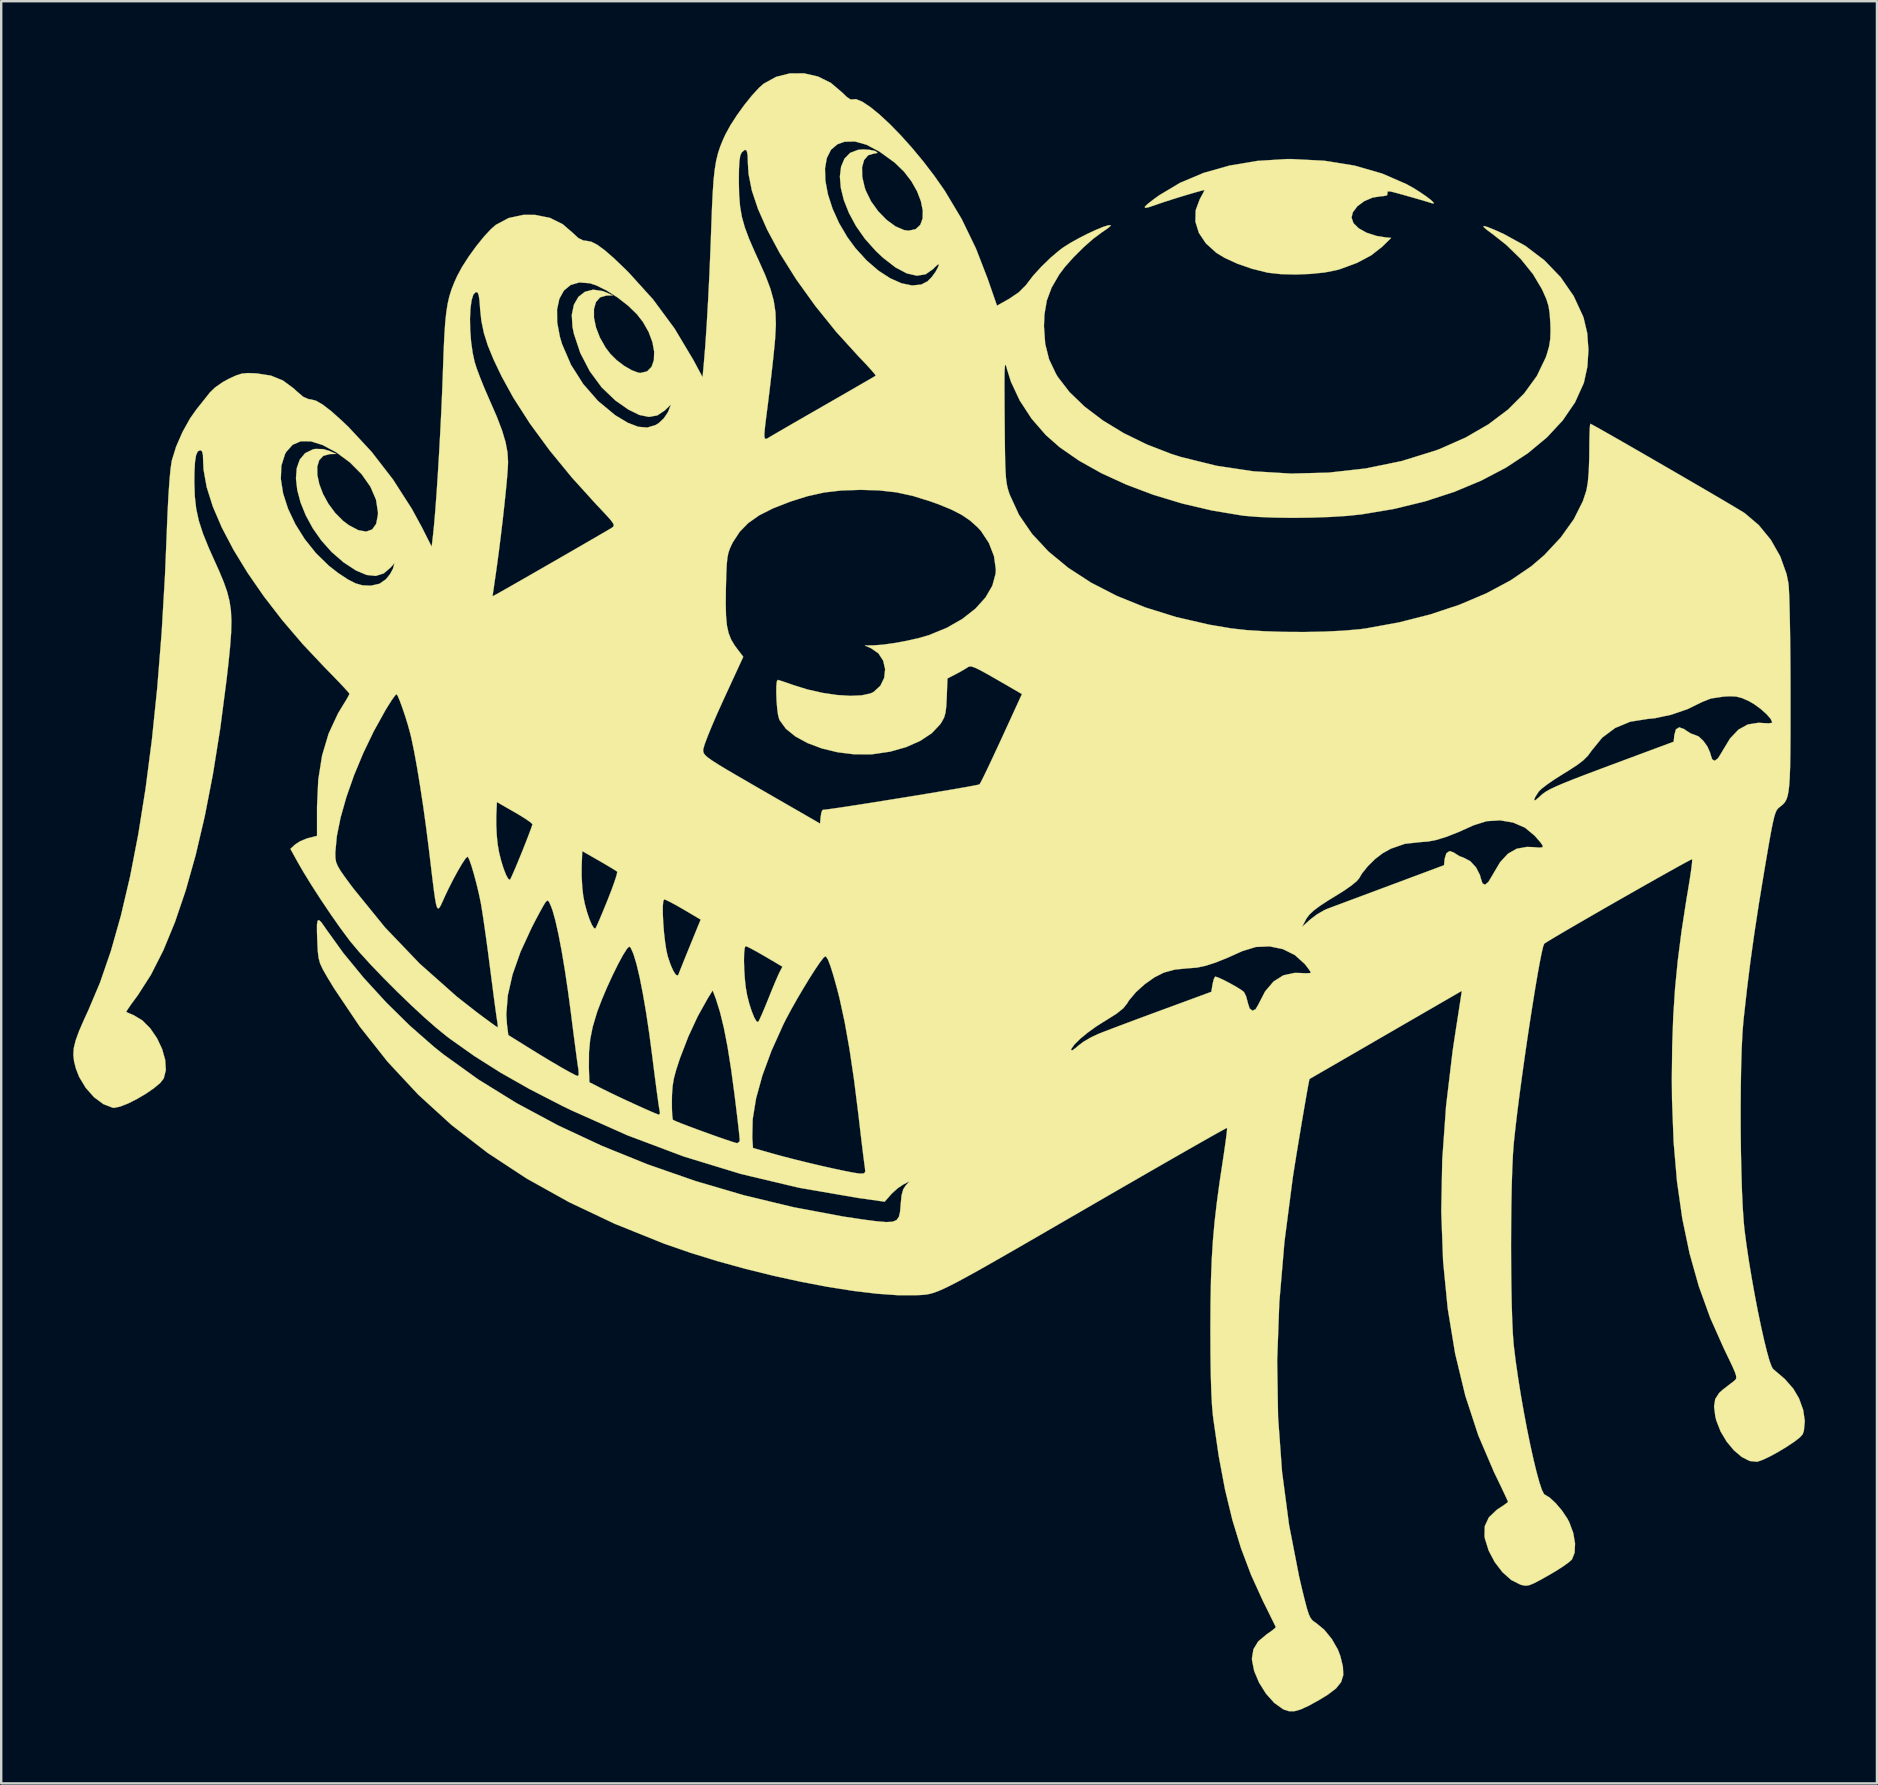
<source format=kicad_pcb>
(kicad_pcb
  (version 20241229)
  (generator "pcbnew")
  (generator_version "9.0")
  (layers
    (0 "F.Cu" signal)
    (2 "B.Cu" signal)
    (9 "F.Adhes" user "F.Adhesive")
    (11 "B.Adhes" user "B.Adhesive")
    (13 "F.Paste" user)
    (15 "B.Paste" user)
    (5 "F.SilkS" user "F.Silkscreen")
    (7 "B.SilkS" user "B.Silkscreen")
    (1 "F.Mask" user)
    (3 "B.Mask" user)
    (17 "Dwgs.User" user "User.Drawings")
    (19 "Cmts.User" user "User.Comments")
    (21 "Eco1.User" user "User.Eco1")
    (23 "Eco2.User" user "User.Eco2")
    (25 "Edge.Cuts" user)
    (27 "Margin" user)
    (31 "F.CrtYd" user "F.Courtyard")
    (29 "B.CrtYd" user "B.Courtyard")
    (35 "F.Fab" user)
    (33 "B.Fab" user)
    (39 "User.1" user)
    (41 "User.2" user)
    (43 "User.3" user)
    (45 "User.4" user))
  (footprint "perry-87mm"
    (layer "F.Cu")
    (at 35.979 33.653)
    (property "Reference" "perry-87mm" (at 0 0 0) (layer "F.SilkS") (effects (font (size 1.524 1.524) (thickness 0.3))))
    (attr through_hole)
    (fp_poly (pts (xy 16.138 -30.007) (xy 17.396 -29.805) (xy 18.554 -29.471) (xy 19.561 -29.032) (xy 19.839 -28.878) (xy 20.113 -28.707) (xy 20.36 -28.539) (xy 20.556 -28.391) (xy 20.677 -28.28) (xy 20.7 -28.225) (xy 20.616 -28.238) (xy 20.432 -28.296) (xy 20.138 -28.383) (xy 19.787 -28.484) (xy 19.434 -28.584) (xy 19.129 -28.668) (xy 18.926 -28.721) (xy 18.908 -28.725) (xy 18.775 -28.73) (xy 18.769 -28.65) (xy 18.752 -28.566) (xy 18.598 -28.533) (xy 18.53 -28.531) (xy 18.155 -28.474) (xy 17.804 -28.325) (xy 17.515 -28.111) (xy 17.326 -27.859) (xy 17.272 -27.641) (xy 17.352 -27.407) (xy 17.572 -27.19) (xy 17.902 -27.007) (xy 18.315 -26.874) (xy 18.669 -26.817) (xy 18.923 -26.793) (xy 18.546 -26.422) (xy 18.091 -26.067) (xy 17.501 -25.753) (xy 16.809 -25.497) (xy 16.634 -25.447) (xy 16.149 -25.352) (xy 15.562 -25.292) (xy 14.935 -25.268) (xy 14.333 -25.283) (xy 13.819 -25.339) (xy 13.758 -25.35) (xy 13.132 -25.505) (xy 12.524 -25.715) (xy 11.988 -25.96) (xy 11.64 -26.172) (xy 11.205 -26.564) (xy 10.912 -27.003) (xy 10.768 -27.469) (xy 10.779 -27.943) (xy 10.948 -28.401) (xy 11.066 -28.616) (xy 11.138 -28.757) (xy 11.148 -28.787) (xy 11.034 -28.763) (xy 10.798 -28.698) (xy 10.48 -28.605) (xy 10.118 -28.496) (xy 9.751 -28.381) (xy 9.419 -28.274) (xy 9.162 -28.186) (xy 9.12 -28.171) (xy 8.828 -28.072) (xy 8.674 -28.043) (xy 8.659 -28.089) (xy 8.785 -28.212) (xy 9.053 -28.419) (xy 9.267 -28.572) (xy 10.129 -29.087) (xy 11.111 -29.501) (xy 12.192 -29.807) (xy 13.352 -30.001) (xy 14.572 -30.077) (xy 14.774 -30.078) (xy 16.138 -30.007)) (stroke (width 0.01) (type solid)) (fill yes) (layer "F.SilkS"))
    (fp_poly (pts (xy -4.954 -33.515) (xy -4.414 -33.248) (xy -3.948 -32.851) (xy -3.942 -32.845) (xy -3.757 -32.666) (xy -3.608 -32.566) (xy -3.548 -32.559) (xy -3.369 -32.574) (xy -3.107 -32.465) (xy -2.774 -32.245) (xy -2.387 -31.929) (xy -1.958 -31.53) (xy -1.502 -31.062) (xy -1.034 -30.54) (xy -0.566 -29.976) (xy -0.114 -29.386) (xy 0.309 -28.782) (xy 0.339 -28.736) (xy 1.033 -27.577) (xy 1.628 -26.347) (xy 2.115 -25.087) (xy 2.503 -23.969) (xy 3.017 -24.259) (xy 3.419 -24.533) (xy 3.714 -24.83) (xy 3.755 -24.888) (xy 4.011 -25.221) (xy 4.357 -25.599) (xy 4.741 -25.971) (xy 5.114 -26.286) (xy 5.263 -26.396) (xy 5.561 -26.584) (xy 5.909 -26.778) (xy 6.275 -26.965) (xy 6.624 -27.127) (xy 6.926 -27.251) (xy 7.146 -27.32) (xy 7.252 -27.32) (xy 7.203 -27.263) (xy 7.048 -27.145) (xy 6.871 -27.025) (xy 6.511 -26.756) (xy 6.104 -26.396) (xy 5.697 -25.992) (xy 5.339 -25.592) (xy 5.095 -25.269) (xy 4.777 -24.719) (xy 4.578 -24.185) (xy 4.479 -23.604) (xy 4.459 -23.114) (xy 4.511 -22.378) (xy 4.674 -21.731) (xy 4.963 -21.123) (xy 5.04 -20.997) (xy 5.523 -20.37) (xy 6.155 -19.762) (xy 6.915 -19.187) (xy 7.783 -18.659) (xy 8.738 -18.191) (xy 9.76 -17.795) (xy 10.16 -17.668) (xy 11.643 -17.301) (xy 13.181 -17.07) (xy 14.747 -16.975) (xy 16.317 -17.015) (xy 17.862 -17.189) (xy 19.357 -17.496) (xy 20.774 -17.935) (xy 20.955 -18.003) (xy 22.027 -18.478) (xy 22.974 -19.026) (xy 23.789 -19.64) (xy 24.464 -20.314) (xy 24.991 -21.039) (xy 25.362 -21.81) (xy 25.403 -21.929) (xy 25.5 -22.263) (xy 25.55 -22.577) (xy 25.562 -22.942) (xy 25.553 -23.241) (xy 25.526 -23.647) (xy 25.478 -23.957) (xy 25.388 -24.244) (xy 25.239 -24.582) (xy 25.201 -24.663) (xy 24.83 -25.285) (xy 24.326 -25.909) (xy 23.722 -26.499) (xy 23.156 -26.946) (xy 22.895 -27.139) (xy 22.769 -27.254) (xy 22.783 -27.29) (xy 22.939 -27.246) (xy 23.239 -27.124) (xy 23.608 -26.958) (xy 24.511 -26.463) (xy 25.306 -25.859) (xy 25.981 -25.158) (xy 26.523 -24.375) (xy 26.918 -23.523) (xy 26.942 -23.453) (xy 27.09 -22.826) (xy 27.141 -22.127) (xy 27.096 -21.423) (xy 26.956 -20.781) (xy 26.938 -20.727) (xy 26.582 -19.941) (xy 26.07 -19.191) (xy 25.413 -18.484) (xy 24.622 -17.827) (xy 23.708 -17.225) (xy 22.68 -16.685) (xy 21.551 -16.213) (xy 20.331 -15.816) (xy 19.03 -15.5) (xy 17.695 -15.276) (xy 17.092 -15.213) (xy 16.384 -15.168) (xy 15.615 -15.141) (xy 14.83 -15.131) (xy 14.071 -15.141) (xy 13.383 -15.169) (xy 12.81 -15.216) (xy 12.7 -15.23) (xy 11.442 -15.441) (xy 10.207 -15.731) (xy 9.016 -16.092) (xy 7.89 -16.516) (xy 6.85 -16.993) (xy 5.918 -17.515) (xy 5.114 -18.073) (xy 4.536 -18.581) (xy 3.941 -19.267) (xy 3.449 -20.021) (xy 3.083 -20.803) (xy 2.923 -21.313) (xy 2.889 -21.441) (xy 2.862 -21.508) (xy 2.842 -21.502) (xy 2.828 -21.408) (xy 2.819 -21.213) (xy 2.814 -20.903) (xy 2.814 -20.464) (xy 2.817 -19.882) (xy 2.821 -19.219) (xy 2.828 -18.485) (xy 2.835 -17.897) (xy 2.844 -17.436) (xy 2.858 -17.079) (xy 2.876 -16.804) (xy 2.902 -16.589) (xy 2.936 -16.413) (xy 2.98 -16.255) (xy 3.035 -16.091) (xy 3.037 -16.087) (xy 3.421 -15.254) (xy 3.96 -14.466) (xy 4.646 -13.73) (xy 5.47 -13.05) (xy 6.423 -12.431) (xy 7.495 -11.88) (xy 8.678 -11.401) (xy 9.962 -11) (xy 11.34 -10.682) (xy 12.25 -10.528) (xy 12.879 -10.457) (xy 13.63 -10.408) (xy 14.458 -10.381) (xy 15.317 -10.376) (xy 16.161 -10.393) (xy 16.947 -10.432) (xy 17.629 -10.493) (xy 17.87 -10.525) (xy 19.244 -10.775) (xy 20.551 -11.107) (xy 21.773 -11.514) (xy 22.893 -11.989) (xy 23.895 -12.525) (xy 24.762 -13.115) (xy 25.303 -13.579) (xy 25.991 -14.317) (xy 26.529 -15.07) (xy 26.909 -15.826) (xy 27.056 -16.272) (xy 27.115 -16.603) (xy 27.155 -17.073) (xy 27.175 -17.652) (xy 27.177 -17.886) (xy 27.18 -18.308) (xy 27.188 -18.661) (xy 27.2 -18.916) (xy 27.215 -19.042) (xy 27.219 -19.05) (xy 27.302 -19.009) (xy 27.513 -18.893) (xy 27.834 -18.712) (xy 28.245 -18.478) (xy 28.73 -18.2) (xy 29.27 -17.89) (xy 29.846 -17.557) (xy 30.441 -17.213) (xy 31.036 -16.868) (xy 31.613 -16.532) (xy 32.154 -16.217) (xy 32.639 -15.932) (xy 33.053 -15.688) (xy 33.375 -15.496) (xy 33.587 -15.367) (xy 33.655 -15.323) (xy 34.236 -14.83) (xy 34.737 -14.218) (xy 35.131 -13.525) (xy 35.394 -12.791) (xy 35.472 -12.404) (xy 35.489 -12.197) (xy 35.506 -11.841) (xy 35.52 -11.355) (xy 35.533 -10.759) (xy 35.544 -10.072) (xy 35.552 -9.315) (xy 35.557 -8.507) (xy 35.558 -7.808) (xy 35.558 -6.834) (xy 35.557 -6.014) (xy 35.552 -5.334) (xy 35.543 -4.78) (xy 35.527 -4.337) (xy 35.505 -3.99) (xy 35.473 -3.724) (xy 35.432 -3.526) (xy 35.379 -3.379) (xy 35.313 -3.27) (xy 35.233 -3.184) (xy 35.137 -3.107) (xy 35.106 -3.084) (xy 35.042 -3.029) (xy 34.986 -2.957) (xy 34.935 -2.848) (xy 34.883 -2.684) (xy 34.826 -2.445) (xy 34.759 -2.113) (xy 34.678 -1.669) (xy 34.579 -1.095) (xy 34.465 -0.423) (xy 34.243 0.928) (xy 34.054 2.162) (xy 33.891 3.325) (xy 33.748 4.466) (xy 33.618 5.63) (xy 33.595 5.842) (xy 33.555 6.35) (xy 33.524 6.996) (xy 33.501 7.75) (xy 33.487 8.584) (xy 33.481 9.468) (xy 33.483 10.375) (xy 33.493 11.274) (xy 33.512 12.138) (xy 33.537 12.937) (xy 33.571 13.643) (xy 33.612 14.227) (xy 33.641 14.52) (xy 33.724 15.154) (xy 33.825 15.831) (xy 33.941 16.53) (xy 34.066 17.229) (xy 34.196 17.907) (xy 34.328 18.542) (xy 34.456 19.114) (xy 34.576 19.6) (xy 34.683 19.98) (xy 34.775 20.231) (xy 34.835 20.327) (xy 35.322 20.743) (xy 35.676 21.148) (xy 35.912 21.548) (xy 36.085 22.027) (xy 36.154 22.494) (xy 36.115 22.902) (xy 36.064 23.047) (xy 35.95 23.174) (xy 35.722 23.351) (xy 35.417 23.555) (xy 35.074 23.763) (xy 34.73 23.953) (xy 34.425 24.1) (xy 34.195 24.182) (xy 34.164 24.189) (xy 33.857 24.158) (xy 33.528 23.991) (xy 33.201 23.713) (xy 32.899 23.351) (xy 32.647 22.93) (xy 32.469 22.477) (xy 32.427 22.308) (xy 32.374 21.892) (xy 32.422 21.578) (xy 32.584 21.325) (xy 32.742 21.183) (xy 32.969 21.007) (xy 33.168 20.854) (xy 33.207 20.824) (xy 33.268 20.77) (xy 33.299 20.705) (xy 33.292 20.606) (xy 33.239 20.446) (xy 33.134 20.204) (xy 32.967 19.853) (xy 32.781 19.469) (xy 32.214 18.195) (xy 31.739 16.881) (xy 31.353 15.509) (xy 31.051 14.061) (xy 30.831 12.521) (xy 30.689 10.869) (xy 30.622 9.09) (xy 30.615 8.213) (xy 30.63 6.876) (xy 30.673 5.647) (xy 30.749 4.474) (xy 30.863 3.307) (xy 31.018 2.095) (xy 31.219 0.789) (xy 31.293 0.348) (xy 31.364 -0.085) (xy 31.419 -0.456) (xy 31.453 -0.734) (xy 31.464 -0.89) (xy 31.46 -0.911) (xy 31.383 -0.877) (xy 31.178 -0.769) (xy 30.864 -0.597) (xy 30.459 -0.371) (xy 29.982 -0.103) (xy 29.452 0.196) (xy 28.887 0.518) (xy 28.305 0.849) (xy 27.726 1.181) (xy 27.168 1.503) (xy 26.649 1.803) (xy 26.188 2.072) (xy 25.804 2.298) (xy 25.516 2.471) (xy 25.341 2.58) (xy 25.298 2.611) (xy 25.255 2.723) (xy 25.193 2.985) (xy 25.115 3.376) (xy 25.024 3.878) (xy 24.923 4.473) (xy 24.815 5.141) (xy 24.702 5.864) (xy 24.588 6.622) (xy 24.476 7.396) (xy 24.368 8.168) (xy 24.267 8.919) (xy 24.176 9.629) (xy 24.099 10.281) (xy 24.037 10.854) (xy 24.03 10.922) (xy 23.996 11.38) (xy 23.968 11.973) (xy 23.946 12.673) (xy 23.93 13.454) (xy 23.921 14.287) (xy 23.917 15.146) (xy 23.92 16.003) (xy 23.929 16.831) (xy 23.944 17.602) (xy 23.965 18.29) (xy 23.992 18.866) (xy 24.026 19.304) (xy 24.03 19.346) (xy 24.109 19.991) (xy 24.208 20.68) (xy 24.322 21.393) (xy 24.447 22.109) (xy 24.579 22.809) (xy 24.714 23.471) (xy 24.848 24.077) (xy 24.976 24.605) (xy 25.094 25.037) (xy 25.198 25.35) (xy 25.284 25.526) (xy 25.318 25.556) (xy 25.529 25.684) (xy 25.781 25.919) (xy 26.035 26.219) (xy 26.254 26.543) (xy 26.344 26.712) (xy 26.509 27.16) (xy 26.583 27.596) (xy 26.565 27.978) (xy 26.456 28.256) (xy 26.332 28.371) (xy 26.095 28.542) (xy 25.78 28.744) (xy 25.477 28.922) (xy 25.109 29.128) (xy 24.852 29.261) (xy 24.672 29.332) (xy 24.534 29.352) (xy 24.401 29.333) (xy 24.304 29.306) (xy 23.925 29.115) (xy 23.56 28.791) (xy 23.238 28.371) (xy 22.985 27.893) (xy 22.829 27.392) (xy 22.812 27.293) (xy 22.822 26.873) (xy 22.992 26.507) (xy 23.321 26.193) (xy 23.41 26.133) (xy 23.623 25.993) (xy 23.761 25.891) (xy 23.791 25.859) (xy 23.756 25.775) (xy 23.66 25.566) (xy 23.514 25.257) (xy 23.331 24.876) (xy 23.206 24.618) (xy 22.552 23.089) (xy 22.012 21.44) (xy 21.587 19.678) (xy 21.279 17.809) (xy 21.086 15.837) (xy 21.01 13.77) (xy 21.051 11.612) (xy 21.21 9.371) (xy 21.487 7.05) (xy 21.599 6.308) (xy 21.668 5.864) (xy 21.732 5.452) (xy 21.784 5.116) (xy 21.817 4.901) (xy 21.819 4.89) (xy 21.866 4.573) (xy 18.701 6.404) (xy 18.035 6.79) (xy 17.417 7.148) (xy 16.86 7.47) (xy 16.38 7.748) (xy 15.992 7.972) (xy 15.712 8.135) (xy 15.553 8.227) (xy 15.522 8.245) (xy 15.502 8.33) (xy 15.459 8.555) (xy 15.398 8.896) (xy 15.323 9.325) (xy 15.239 9.817) (xy 15.15 10.346) (xy 15.06 10.885) (xy 14.974 11.408) (xy 14.897 11.89) (xy 14.832 12.304) (xy 14.819 12.394) (xy 14.478 15.024) (xy 14.263 17.55) (xy 14.174 19.982) (xy 14.212 22.331) (xy 14.377 24.605) (xy 14.669 26.816) (xy 15.088 28.972) (xy 15.207 29.483) (xy 15.325 29.962) (xy 15.415 30.305) (xy 15.491 30.539) (xy 15.562 30.693) (xy 15.642 30.795) (xy 15.743 30.873) (xy 15.8 30.91) (xy 16.137 31.189) (xy 16.452 31.576) (xy 16.702 32.011) (xy 16.807 32.286) (xy 16.913 32.726) (xy 16.928 33.076) (xy 16.838 33.367) (xy 16.628 33.63) (xy 16.282 33.894) (xy 15.932 34.108) (xy 15.489 34.353) (xy 15.152 34.508) (xy 14.89 34.582) (xy 14.671 34.582) (xy 14.464 34.516) (xy 14.411 34.491) (xy 14.046 34.229) (xy 13.706 33.846) (xy 13.42 33.39) (xy 13.217 32.909) (xy 13.126 32.451) (xy 13.123 32.378) (xy 13.186 31.999) (xy 13.383 31.675) (xy 13.733 31.381) (xy 13.75 31.369) (xy 13.959 31.222) (xy 14.091 31.112) (xy 14.116 31.073) (xy 14.074 30.985) (xy 13.97 30.775) (xy 13.82 30.47) (xy 13.637 30.1) (xy 13.573 29.972) (xy 13.089 28.908) (xy 12.67 27.797) (xy 12.309 26.616) (xy 12.001 25.342) (xy 11.739 23.95) (xy 11.517 22.419) (xy 11.498 22.267) (xy 11.46 21.843) (xy 11.43 21.258) (xy 11.408 20.524) (xy 11.396 19.65) (xy 11.392 18.645) (xy 11.392 18.584) (xy 11.399 17.526) (xy 11.417 16.599) (xy 11.449 15.762) (xy 11.498 14.976) (xy 11.567 14.204) (xy 11.659 13.404) (xy 11.776 12.539) (xy 11.903 11.696) (xy 11.973 11.233) (xy 12.029 10.832) (xy 12.069 10.522) (xy 12.088 10.33) (xy 12.087 10.281) (xy 12.011 10.317) (xy 11.8 10.432) (xy 11.465 10.619) (xy 11.018 10.872) (xy 10.471 11.183) (xy 9.835 11.547) (xy 9.122 11.956) (xy 8.342 12.405) (xy 7.508 12.886) (xy 6.642 13.387) (xy 5.511 14.042) (xy 4.516 14.618) (xy 3.648 15.12) (xy 2.896 15.553) (xy 2.251 15.921) (xy 1.702 16.232) (xy 1.239 16.488) (xy 0.852 16.697) (xy 0.531 16.862) (xy 0.267 16.989) (xy 0.048 17.084) (xy -0.135 17.151) (xy -0.292 17.195) (xy -0.434 17.222) (xy -0.57 17.237) (xy -0.71 17.245) (xy -0.865 17.251) (xy -0.889 17.252) (xy -1.63 17.251) (xy -2.504 17.189) (xy -3.484 17.071) (xy -4.549 16.904) (xy -5.672 16.69) (xy -6.829 16.437) (xy -7.997 16.148) (xy -9.151 15.829) (xy -10.267 15.484) (xy -11.32 15.12) (xy -11.372 15.101) (xy -13.422 14.276) (xy -15.325 13.374) (xy -17.089 12.391) (xy -18.719 11.32) (xy -20.224 10.156) (xy -21.608 8.894) (xy -22.88 7.529) (xy -24.047 6.054) (xy -25.114 4.465) (xy -25.404 3.987) (xy -25.582 3.675) (xy -25.694 3.434) (xy -25.757 3.203) (xy -25.791 2.918) (xy -25.808 2.585) (xy -25.825 2.122) (xy -25.825 1.816) (xy -25.799 1.654) (xy -25.742 1.625) (xy -25.646 1.715) (xy -25.504 1.913) (xy -25.464 1.974) (xy -24.734 2.989) (xy -23.882 4.027) (xy -22.945 5.051) (xy -21.958 6.022) (xy -20.957 6.9) (xy -20.56 7.218) (xy -19.107 8.262) (xy -17.51 9.25) (xy -15.788 10.174) (xy -13.961 11.028) (xy -12.047 11.803) (xy -10.065 12.493) (xy -8.034 13.09) (xy -5.972 13.586) (xy -3.899 13.975) (xy -3.028 14.105) (xy -2.499 14.173) (xy -2.114 14.205) (xy -1.849 14.191) (xy -1.68 14.121) (xy -1.583 13.985) (xy -1.534 13.774) (xy -1.51 13.477) (xy -1.51 13.475) (xy -1.473 13.095) (xy -1.404 12.843) (xy -1.31 12.695) (xy -1.143 12.508) (xy -1.406 12.642) (xy -1.631 12.794) (xy -1.867 13.006) (xy -1.923 13.066) (xy -2.177 13.356) (xy -3.269 13.202) (xy -5.745 12.775) (xy -8.164 12.201) (xy -10.543 11.474) (xy -12.898 10.589) (xy -15.245 9.541) (xy -15.621 9.358) (xy -16.966 8.666) (xy -18.174 7.981) (xy -19.274 7.285) (xy -20.296 6.561) (xy -20.409 6.476) (xy -20.843 6.124) (xy -21.355 5.675) (xy -21.915 5.156) (xy -22.495 4.596) (xy -23.065 4.024) (xy -23.597 3.469) (xy -24.061 2.959) (xy -24.428 2.523) (xy -24.481 2.455) (xy -24.841 1.97) (xy -25.244 1.397) (xy -25.657 0.781) (xy -26.053 0.169) (xy -26.398 -0.392) (xy -26.62 -0.777) (xy -26.815 -1.131) (xy -25.061 -1.131) (xy -25.056 -0.955) (xy -25.031 -0.803) (xy -24.969 -0.644) (xy -24.857 -0.449) (xy -24.677 -0.189) (xy -24.416 0.166) (xy -24.309 0.308) (xy -22.988 1.934) (xy -21.55 3.436) (xy -19.998 4.814) (xy -19.177 5.457) (xy -18.853 5.699) (xy -18.582 5.898) (xy -18.389 6.037) (xy -18.302 6.094) (xy -18.3 6.095) (xy -18.292 6.023) (xy -18.315 5.846) (xy -18.319 5.821) (xy -18.344 5.66) (xy -18.359 5.549) (xy -17.938 5.549) (xy -17.912 5.958) (xy -17.855 6.415) (xy -17.034 6.926) (xy -16.531 7.237) (xy -16.061 7.52) (xy -15.647 7.763) (xy -15.31 7.952) (xy -15.072 8.077) (xy -14.956 8.124) (xy -14.955 8.124) (xy -14.92 8.055) (xy -14.929 7.88) (xy -14.933 7.853) (xy -14.95 7.744) (xy -14.498 7.744) (xy -14.493 7.936) (xy -14.478 8.38) (xy -13.949 8.649) (xy -13.644 8.8) (xy -13.278 8.976) (xy -12.882 9.161) (xy -12.487 9.342) (xy -12.127 9.504) (xy -11.833 9.633) (xy -11.636 9.713) (xy -11.572 9.733) (xy -11.535 9.67) (xy -11.547 9.588) (xy -11.569 9.466) (xy -11.609 9.201) (xy -11.62 9.115) (xy -11.04 9.115) (xy -11.039 9.462) (xy -11.027 9.742) (xy -11.007 9.913) (xy -10.995 9.945) (xy -10.898 9.994) (xy -10.675 10.085) (xy -10.357 10.207) (xy -9.98 10.348) (xy -9.576 10.495) (xy -9.178 10.638) (xy -8.82 10.762) (xy -8.535 10.858) (xy -8.357 10.911) (xy -8.319 10.919) (xy -8.227 10.853) (xy -8.213 10.785) (xy -8.221 10.684) (xy -7.692 10.684) (xy -7.691 10.703) (xy -7.662 11.118) (xy -6.816 11.359) (xy -6.38 11.478) (xy -5.879 11.607) (xy -5.345 11.738) (xy -4.807 11.865) (xy -4.297 11.979) (xy -3.846 12.075) (xy -3.485 12.145) (xy -3.245 12.182) (xy -3.192 12.186) (xy -3.034 12.175) (xy -2.983 12.098) (xy -3.003 11.917) (xy -3.026 11.753) (xy -3.065 11.45) (xy -3.116 11.036) (xy -3.175 10.541) (xy -3.239 9.993) (xy -3.264 9.779) (xy -3.447 8.315) (xy -3.635 7.042) (xy 5.588 7.042) (xy 5.64 7.051) (xy 5.774 6.958) (xy 5.871 6.871) (xy 6.098 6.698) (xy 6.414 6.512) (xy 6.739 6.361) (xy 6.982 6.265) (xy 7.355 6.123) (xy 7.828 5.945) (xy 8.37 5.742) (xy 8.953 5.526) (xy 9.377 5.37) (xy 11.43 4.614) (xy 11.483 4.297) (xy 11.531 4.093) (xy 11.585 3.985) (xy 11.597 3.979) (xy 11.725 4.019) (xy 11.947 4.122) (xy 12.215 4.261) (xy 12.478 4.409) (xy 12.688 4.54) (xy 12.79 4.621) (xy 12.876 4.789) (xy 12.943 5.03) (xy 12.948 5.062) (xy 13.027 5.306) (xy 13.144 5.4) (xy 13.275 5.339) (xy 13.375 5.17) (xy 13.672 4.596) (xy 14.024 4.183) (xy 14.432 3.926) (xy 14.9 3.825) (xy 15.128 3.829) (xy 15.378 3.841) (xy 15.541 3.832) (xy 15.579 3.815) (xy 15.529 3.725) (xy 15.404 3.555) (xy 15.325 3.456) (xy 14.912 3.082) (xy 14.412 2.834) (xy 13.859 2.72) (xy 13.285 2.745) (xy 12.723 2.917) (xy 12.704 2.926) (xy 12.095 3.2) (xy 11.602 3.397) (xy 11.195 3.528) (xy 10.842 3.603) (xy 10.514 3.63) (xy 10.48 3.63) (xy 9.912 3.687) (xy 9.452 3.813) (xy 9.064 4.009) (xy 8.658 4.296) (xy 8.287 4.631) (xy 8.002 4.97) (xy 7.926 5.094) (xy 7.767 5.296) (xy 7.487 5.522) (xy 7.067 5.787) (xy 7.044 5.8) (xy 6.651 6.047) (xy 6.283 6.312) (xy 5.968 6.571) (xy 5.733 6.802) (xy 5.604 6.981) (xy 5.588 7.042) (xy -3.635 7.042) (xy -3.639 7.015) (xy -3.842 5.874) (xy -4.056 4.887) (xy -4.151 4.512) (xy -4.309 3.942) (xy -4.438 3.53) (xy -4.541 3.266) (xy -4.622 3.144) (xy -4.65 3.133) (xy -4.732 3.203) (xy -4.879 3.396) (xy -5.077 3.688) (xy -5.31 4.053) (xy -5.562 4.466) (xy -5.819 4.901) (xy -6.063 5.335) (xy -6.281 5.741) (xy -6.396 5.969) (xy -6.89 7.065) (xy -7.27 8.096) (xy -7.533 9.051) (xy -7.674 9.917) (xy -7.692 10.684) (xy -8.221 10.684) (xy -8.223 10.662) (xy -8.251 10.399) (xy -8.294 10.022) (xy -8.349 9.559) (xy -8.413 9.038) (xy -8.43 8.901) (xy -8.575 7.823) (xy -8.722 6.9) (xy -8.874 6.117) (xy -9.035 5.459) (xy -9.206 4.911) (xy -9.249 4.796) (xy -9.341 4.555) (xy -9.543 4.881) (xy -9.962 5.63) (xy -10.357 6.482) (xy -10.7 7.371) (xy -10.713 7.408) (xy -10.861 7.862) (xy -10.957 8.22) (xy -11.011 8.541) (xy -11.035 8.887) (xy -11.04 9.115) (xy -11.62 9.115) (xy -11.662 8.816) (xy -11.725 8.337) (xy -11.796 7.788) (xy -11.854 7.324) (xy -11.981 6.36) (xy -12.114 5.474) (xy -12.25 4.684) (xy -12.384 4.005) (xy -12.514 3.456) (xy -12.636 3.054) (xy -12.672 2.963) (xy -12.757 2.777) (xy -12.818 2.729) (xy -12.892 2.798) (xy -12.919 2.833) (xy -13.086 3.097) (xy -13.292 3.48) (xy -13.518 3.939) (xy -13.746 4.436) (xy -13.954 4.928) (xy -14.126 5.375) (xy -14.174 5.517) (xy -14.34 6.076) (xy -14.443 6.591) (xy -14.493 7.125) (xy -14.498 7.744) (xy -14.95 7.744) (xy -14.958 7.693) (xy -15 7.392) (xy -15.055 6.977) (xy -15.121 6.476) (xy -15.193 5.915) (xy -15.239 5.546) (xy -15.366 4.594) (xy -15.498 3.711) (xy -15.631 2.915) (xy -15.763 2.224) (xy -15.89 1.657) (xy -16.008 1.231) (xy -16.063 1.079) (xy -16.152 0.874) (xy -16.214 0.806) (xy -16.281 0.853) (xy -16.316 0.898) (xy -16.399 1.035) (xy -16.539 1.287) (xy -16.714 1.615) (xy -16.885 1.947) (xy -17.348 2.953) (xy -17.679 3.895) (xy -17.876 4.763) (xy -17.938 5.549) (xy -18.359 5.549) (xy -18.386 5.358) (xy -18.442 4.944) (xy -18.507 4.444) (xy -18.579 3.887) (xy -18.622 3.556) (xy -18.701 2.947) (xy -18.782 2.351) (xy -18.86 1.804) (xy -18.929 1.34) (xy -18.985 0.994) (xy -19.004 0.889) (xy -19.088 0.491) (xy -19.187 0.082) (xy -19.291 -0.306) (xy -19.39 -0.639) (xy -19.476 -0.884) (xy -19.539 -1.008) (xy -19.552 -1.016) (xy -19.632 -0.944) (xy -19.766 -0.747) (xy -19.94 -0.454) (xy -20.137 -0.094) (xy -20.34 0.306) (xy -20.477 0.593) (xy -20.576 0.814) (xy -20.656 0.988) (xy -20.72 1.103) (xy -20.773 1.146) (xy -20.818 1.106) (xy -20.862 0.968) (xy -20.907 0.722) (xy -20.959 0.355) (xy -21.021 -0.147) (xy -21.098 -0.795) (xy -21.166 -1.361) (xy -21.279 -2.247) (xy -21.291 -2.335) (xy -18.357 -2.335) (xy -18.334 -1.883) (xy -18.297 -1.524) (xy -18.238 -1.189) (xy -18.152 -0.844) (xy -18.052 -0.524) (xy -17.951 -0.263) (xy -17.859 -0.095) (xy -17.79 -0.052) (xy -17.781 -0.06) (xy -17.73 -0.159) (xy -17.63 -0.385) (xy -17.535 -0.607) (xy -14.799 -0.607) (xy -14.799 -0.182) (xy -14.772 0.279) (xy -14.733 0.621) (xy -14.667 0.955) (xy -14.575 1.29) (xy -14.472 1.593) (xy -14.37 1.829) (xy -14.281 1.964) (xy -14.225 1.973) (xy -14.174 1.874) (xy -14.074 1.647) (xy -13.937 1.323) (xy -13.825 1.051) (xy -11.419 1.051) (xy -11.418 1.359) (xy -11.401 1.73) (xy -11.37 2.129) (xy -11.326 2.52) (xy -11.273 2.868) (xy -11.212 3.136) (xy -11.096 3.48) (xy -10.979 3.744) (xy -10.874 3.903) (xy -10.794 3.935) (xy -10.767 3.893) (xy -10.721 3.772) (xy -10.623 3.526) (xy -10.537 3.311) (xy -8.038 3.311) (xy -8.027 3.686) (xy -8 4.09) (xy -7.963 4.43) (xy -7.906 4.756) (xy -7.82 5.095) (xy -7.719 5.411) (xy -7.616 5.669) (xy -7.522 5.834) (xy -7.451 5.873) (xy -7.445 5.868) (xy -7.389 5.766) (xy -7.287 5.54) (xy -7.154 5.227) (xy -7.029 4.919) (xy -6.875 4.537) (xy -6.731 4.19) (xy -6.615 3.924) (xy -6.558 3.802) (xy -6.435 3.566) (xy -7.163 3.137) (xy -7.478 2.956) (xy -7.741 2.813) (xy -7.917 2.726) (xy -7.967 2.709) (xy -8.008 2.788) (xy -8.031 3) (xy -8.038 3.311) (xy -10.537 3.311) (xy -10.488 3.19) (xy -10.328 2.795) (xy -10.283 2.686) (xy -9.964 1.905) (xy 15.214 1.905) (xy 15.553 1.599) (xy 15.831 1.388) (xy 16.142 1.208) (xy 16.264 1.155) (xy 16.441 1.089) (xy 16.751 0.973) (xy 17.171 0.816) (xy 17.676 0.628) (xy 18.241 0.417) (xy 18.841 0.193) (xy 18.881 0.178) (xy 21.124 -0.66) (xy 21.151 -0.927) (xy 21.222 -1.158) (xy 21.359 -1.25) (xy 21.536 -1.189) (xy 21.572 -1.16) (xy 21.766 -1.039) (xy 21.95 -0.971) (xy 22.218 -0.829) (xy 22.456 -0.572) (xy 22.62 -0.254) (xy 22.654 -0.125) (xy 22.727 0.096) (xy 22.833 0.151) (xy 22.97 0.039) (xy 23.139 -0.239) (xy 23.158 -0.275) (xy 23.46 -0.785) (xy 23.785 -1.138) (xy 24.152 -1.347) (xy 24.578 -1.423) (xy 24.827 -1.415) (xy 25.088 -1.394) (xy 25.224 -1.406) (xy 25.239 -1.474) (xy 25.135 -1.621) (xy 24.917 -1.871) (xy 24.896 -1.895) (xy 24.497 -2.224) (xy 24.005 -2.438) (xy 23.46 -2.53) (xy 22.899 -2.495) (xy 22.359 -2.325) (xy 22.356 -2.324) (xy 21.743 -2.048) (xy 21.244 -1.85) (xy 20.829 -1.72) (xy 20.469 -1.648) (xy 20.15 -1.624) (xy 19.496 -1.553) (xy 18.907 -1.348) (xy 18.569 -1.16) (xy 18.259 -0.923) (xy 17.954 -0.623) (xy 17.705 -0.313) (xy 17.592 -0.121) (xy 17.484 0.006) (xy 17.264 0.187) (xy 16.97 0.393) (xy 16.774 0.517) (xy 16.298 0.809) (xy 15.948 1.039) (xy 15.698 1.226) (xy 15.526 1.387) (xy 15.407 1.541) (xy 15.354 1.634) (xy 15.214 1.905) (xy -9.964 1.905) (xy -9.841 1.604) (xy -10.553 1.183) (xy -10.868 1.002) (xy -11.133 0.861) (xy -11.311 0.777) (xy -11.361 0.762) (xy -11.4 0.84) (xy -11.419 1.051) (xy -13.825 1.051) (xy -13.776 0.933) (xy -13.716 0.783) (xy -13.558 0.379) (xy -13.433 0.032) (xy -13.348 -0.229) (xy -13.316 -0.374) (xy -13.319 -0.393) (xy -13.412 -0.456) (xy -13.617 -0.581) (xy -13.898 -0.747) (xy -14.073 -0.848) (xy -14.774 -1.249) (xy -14.799 -0.607) (xy -17.535 -0.607) (xy -17.493 -0.707) (xy -17.334 -1.094) (xy -17.286 -1.211) (xy -17.127 -1.61) (xy -16.994 -1.955) (xy -16.898 -2.213) (xy -16.851 -2.354) (xy -16.849 -2.368) (xy -16.918 -2.439) (xy -17.103 -2.57) (xy -17.374 -2.741) (xy -17.59 -2.867) (xy -18.33 -3.293) (xy -18.356 -2.726) (xy -18.357 -2.335) (xy -21.291 -2.335) (xy -21.4 -3.12) (xy -21.527 -3.953) (xy -21.653 -4.718) (xy -21.774 -5.385) (xy -21.79 -5.461) (xy -9.737 -5.461) (xy -9.731 -5.387) (xy -9.706 -5.317) (xy -9.645 -5.238) (xy -9.535 -5.142) (xy -9.36 -5.018) (xy -9.107 -4.856) (xy -8.759 -4.646) (xy -8.303 -4.378) (xy -7.723 -4.042) (xy -7.303 -3.799) (xy -4.868 -2.396) (xy -4.842 -2.68) (xy -4.809 -2.871) (xy -4.763 -2.964) (xy -4.757 -2.966) (xy -4.603 -2.982) (xy -4.312 -3.022) (xy -3.908 -3.081) (xy -3.412 -3.157) (xy -2.846 -3.245) (xy -2.233 -3.343) (xy -2.072 -3.369) (xy 24.875 -3.369) (xy 24.934 -3.37) (xy 25.092 -3.502) (xy 25.129 -3.538) (xy 25.233 -3.632) (xy 25.365 -3.724) (xy 25.542 -3.824) (xy 25.781 -3.938) (xy 26.101 -4.075) (xy 26.519 -4.243) (xy 27.053 -4.448) (xy 27.72 -4.699) (xy 28.067 -4.829) (xy 30.692 -5.806) (xy 30.719 -6.083) (xy 30.785 -6.321) (xy 30.921 -6.405) (xy 31.124 -6.334) (xy 31.209 -6.273) (xy 31.398 -6.151) (xy 31.55 -6.096) (xy 31.556 -6.096) (xy 31.729 -6.025) (xy 31.923 -5.846) (xy 32.096 -5.606) (xy 32.207 -5.356) (xy 32.219 -5.304) (xy 32.294 -5.075) (xy 32.4 -5.011) (xy 32.537 -5.114) (xy 32.705 -5.382) (xy 32.722 -5.416) (xy 33.042 -5.943) (xy 33.391 -6.31) (xy 33.781 -6.524) (xy 34.223 -6.594) (xy 34.427 -6.582) (xy 34.65 -6.571) (xy 34.782 -6.593) (xy 34.798 -6.611) (xy 34.731 -6.758) (xy 34.557 -6.957) (xy 34.313 -7.174) (xy 34.036 -7.375) (xy 33.816 -7.501) (xy 33.534 -7.625) (xy 33.295 -7.687) (xy 33.021 -7.699) (xy 32.769 -7.685) (xy 32.242 -7.605) (xy 31.874 -7.46) (xy 31.265 -7.161) (xy 30.587 -6.929) (xy 29.913 -6.785) (xy 29.591 -6.752) (xy 28.881 -6.639) (xy 28.254 -6.378) (xy 27.715 -5.976) (xy 27.273 -5.434) (xy 27.27 -5.429) (xy 27.119 -5.223) (xy 26.931 -5.035) (xy 26.674 -4.837) (xy 26.313 -4.602) (xy 26.109 -4.477) (xy 25.748 -4.25) (xy 25.43 -4.032) (xy 25.191 -3.848) (xy 25.066 -3.725) (xy 24.918 -3.49) (xy 24.875 -3.369) (xy -2.072 -3.369) (xy -1.594 -3.446) (xy -0.952 -3.55) (xy -0.329 -3.653) (xy 0.252 -3.751) (xy 0.771 -3.839) (xy 1.205 -3.915) (xy 1.531 -3.975) (xy 1.727 -4.015) (xy 1.776 -4.03) (xy 1.831 -4.125) (xy 1.946 -4.353) (xy 2.109 -4.69) (xy 2.31 -5.115) (xy 2.538 -5.604) (xy 2.697 -5.948) (xy 3.542 -7.79) (xy 2.978 -8.118) (xy 2.463 -8.415) (xy 2.074 -8.637) (xy 1.79 -8.791) (xy 1.592 -8.887) (xy 1.459 -8.934) (xy 1.371 -8.943) (xy 1.307 -8.921) (xy 1.281 -8.904) (xy 1.122 -8.805) (xy 0.888 -8.673) (xy 0.791 -8.622) (xy 0.439 -8.44) (xy 0.41 -7.663) (xy 0.39 -7.278) (xy 0.358 -7.012) (xy 0.3 -6.814) (xy 0.204 -6.634) (xy 0.131 -6.525) (xy -0.213 -6.16) (xy -0.694 -5.841) (xy -1.282 -5.581) (xy -1.949 -5.392) (xy -2.665 -5.287) (xy -2.752 -5.28) (xy -3.448 -5.281) (xy -4.136 -5.366) (xy -4.791 -5.525) (xy -5.386 -5.748) (xy -5.895 -6.025) (xy -6.292 -6.346) (xy -6.55 -6.701) (xy -6.572 -6.749) (xy -6.618 -6.926) (xy -6.654 -7.194) (xy -6.679 -7.509) (xy -6.691 -7.829) (xy -6.689 -8.111) (xy -6.67 -8.309) (xy -6.635 -8.382) (xy -6.535 -8.355) (xy -6.32 -8.284) (xy -6.034 -8.184) (xy -5.993 -8.169) (xy -5.388 -7.981) (xy -4.768 -7.841) (xy -4.164 -7.751) (xy -3.608 -7.716) (xy -3.131 -7.737) (xy -2.765 -7.817) (xy -2.641 -7.876) (xy -2.356 -8.136) (xy -2.196 -8.466) (xy -2.157 -8.827) (xy -2.238 -9.18) (xy -2.435 -9.485) (xy -2.747 -9.702) (xy -2.748 -9.702) (xy -3.006 -9.815) (xy -2.667 -9.818) (xy -2.268 -9.846) (xy -1.77 -9.915) (xy -1.237 -10.013) (xy -0.729 -10.129) (xy -0.339 -10.243) (xy 0.406 -10.547) (xy 1.057 -10.919) (xy 1.601 -11.345) (xy 2.023 -11.812) (xy 2.31 -12.305) (xy 2.446 -12.81) (xy 2.455 -12.981) (xy 2.378 -13.537) (xy 2.163 -14.09) (xy 1.832 -14.589) (xy 1.692 -14.741) (xy 1.382 -15.018) (xy 1.032 -15.256) (xy 0.608 -15.474) (xy 0.073 -15.693) (xy -0.254 -15.811) (xy -1 -16.044) (xy -1.697 -16.195) (xy -2.418 -16.275) (xy -3.175 -16.297) (xy -3.983 -16.271) (xy -4.7 -16.187) (xy -5.398 -16.031) (xy -6.096 -15.811) (xy -6.822 -15.529) (xy -7.402 -15.236) (xy -7.859 -14.915) (xy -8.215 -14.55) (xy -8.495 -14.123) (xy -8.551 -14.012) (xy -8.63 -13.839) (xy -8.687 -13.669) (xy -8.727 -13.468) (xy -8.754 -13.205) (xy -8.772 -12.846) (xy -8.786 -12.359) (xy -8.79 -12.201) (xy -8.797 -11.555) (xy -8.785 -11.048) (xy -8.748 -10.651) (xy -8.679 -10.334) (xy -8.575 -10.068) (xy -8.429 -9.823) (xy -8.337 -9.697) (xy -8.067 -9.343) (xy -8.902 -7.531) (xy -9.153 -6.975) (xy -9.37 -6.472) (xy -9.545 -6.044) (xy -9.669 -5.714) (xy -9.731 -5.505) (xy -9.737 -5.461) (xy -21.79 -5.461) (xy -21.886 -5.926) (xy -21.937 -6.138) (xy -22.03 -6.479) (xy -22.141 -6.842) (xy -22.258 -7.191) (xy -22.366 -7.489) (xy -22.454 -7.7) (xy -22.509 -7.789) (xy -22.512 -7.789) (xy -22.579 -7.721) (xy -22.709 -7.539) (xy -22.878 -7.274) (xy -22.977 -7.111) (xy -23.461 -6.237) (xy -23.899 -5.327) (xy -24.281 -4.409) (xy -24.597 -3.509) (xy -24.839 -2.656) (xy -24.997 -1.877) (xy -25.06 -1.201) (xy -25.061 -1.131) (xy -26.815 -1.131) (xy -26.931 -1.341) (xy -26.738 -1.521) (xy -26.531 -1.657) (xy -26.256 -1.771) (xy -26.184 -1.792) (xy -25.823 -1.883) (xy -25.823 -3.095) (xy -25.771 -4.221) (xy -25.611 -5.232) (xy -25.339 -6.145) (xy -24.951 -6.979) (xy -24.768 -7.283) (xy -24.616 -7.529) (xy -24.509 -7.717) (xy -24.471 -7.801) (xy -24.527 -7.875) (xy -24.683 -8.049) (xy -24.921 -8.302) (xy -25.221 -8.613) (xy -25.507 -8.904) (xy -26.421 -9.874) (xy -27.266 -10.863) (xy -28.033 -11.855) (xy -28.714 -12.839) (xy -29.301 -13.799) (xy -29.786 -14.723) (xy -30.161 -15.596) (xy -30.418 -16.406) (xy -30.48 -16.75) (xy -27.331 -16.75) (xy -27.235 -16.145) (xy -27.03 -15.511) (xy -26.727 -14.87) (xy -26.336 -14.245) (xy -25.867 -13.659) (xy -25.329 -13.134) (xy -24.946 -12.836) (xy -24.543 -12.569) (xy -24.218 -12.402) (xy -23.928 -12.32) (xy -23.63 -12.307) (xy -23.548 -12.312) (xy -23.217 -12.387) (xy -22.957 -12.57) (xy -22.943 -12.585) (xy -22.773 -12.798) (xy -22.661 -13.009) (xy -22.652 -13.039) (xy -22.595 -13.25) (xy -22.749 -13.07) (xy -23.041 -12.818) (xy -23.374 -12.712) (xy -23.757 -12.752) (xy -24.2 -12.939) (xy -24.712 -13.275) (xy -24.732 -13.29) (xy -25.218 -13.712) (xy -25.643 -14.189) (xy -26.003 -14.704) (xy -26.293 -15.238) (xy -26.509 -15.773) (xy -26.646 -16.291) (xy -26.7 -16.773) (xy -26.667 -17.202) (xy -26.541 -17.558) (xy -26.318 -17.825) (xy -25.994 -17.983) (xy -25.897 -18.003) (xy -25.565 -17.995) (xy -25.313 -17.922) (xy -25.019 -17.794) (xy -25.289 -17.787) (xy -25.559 -17.715) (xy -25.732 -17.532) (xy -25.814 -17.259) (xy -25.81 -16.919) (xy -25.728 -16.534) (xy -25.574 -16.128) (xy -25.352 -15.722) (xy -25.07 -15.34) (xy -24.733 -15.002) (xy -24.495 -14.824) (xy -24.099 -14.616) (xy -23.773 -14.559) (xy -23.524 -14.648) (xy -23.359 -14.881) (xy -23.287 -15.253) (xy -23.284 -15.365) (xy -23.366 -15.891) (xy -23.598 -16.428) (xy -23.967 -16.953) (xy -24.456 -17.443) (xy -25.023 -17.861) (xy -25.587 -18.164) (xy -26.078 -18.318) (xy -26.496 -18.322) (xy -26.838 -18.176) (xy -27.103 -17.881) (xy -27.157 -17.783) (xy -27.308 -17.304) (xy -27.331 -16.75) (xy -30.48 -16.75) (xy -30.549 -17.138) (xy -30.565 -17.455) (xy -30.575 -17.746) (xy -30.612 -17.901) (xy -30.683 -17.949) (xy -30.69 -17.949) (xy -30.79 -17.9) (xy -30.861 -17.743) (xy -30.906 -17.462) (xy -30.929 -17.04) (xy -30.933 -16.595) (xy -30.914 -16.023) (xy -30.856 -15.51) (xy -30.747 -15.01) (xy -30.576 -14.481) (xy -30.333 -13.879) (xy -30.136 -13.438) (xy -29.899 -12.913) (xy -29.711 -12.461) (xy -29.568 -12.055) (xy -29.469 -11.667) (xy -29.41 -11.271) (xy -29.389 -10.838) (xy -29.401 -10.341) (xy -29.445 -9.754) (xy -29.516 -9.047) (xy -29.592 -8.382) (xy -29.855 -6.358) (xy -30.157 -4.465) (xy -30.498 -2.707) (xy -30.877 -1.088) (xy -31.292 0.387) (xy -31.742 1.713) (xy -32.226 2.887) (xy -32.742 3.904) (xy -33.29 4.759) (xy -33.371 4.868) (xy -33.562 5.127) (xy -33.701 5.329) (xy -33.767 5.441) (xy -33.769 5.453) (xy -33.678 5.495) (xy -33.495 5.571) (xy -33.467 5.583) (xy -33.103 5.801) (xy -32.772 6.132) (xy -32.491 6.541) (xy -32.277 6.992) (xy -32.148 7.448) (xy -32.121 7.873) (xy -32.207 8.222) (xy -32.355 8.409) (xy -32.617 8.629) (xy -32.953 8.86) (xy -33.325 9.079) (xy -33.694 9.265) (xy -34.023 9.394) (xy -34.273 9.446) (xy -34.331 9.442) (xy -34.725 9.29) (xy -35.11 9.004) (xy -35.456 8.615) (xy -35.732 8.157) (xy -35.868 7.807) (xy -35.943 7.512) (xy -35.974 7.239) (xy -35.955 6.958) (xy -35.878 6.639) (xy -35.737 6.251) (xy -35.526 5.765) (xy -35.351 5.387) (xy -34.862 4.229) (xy -34.409 2.912) (xy -33.992 1.439) (xy -33.611 -0.183) (xy -33.269 -1.949) (xy -32.965 -3.854) (xy -32.701 -5.893) (xy -32.478 -8.059) (xy -32.295 -10.348) (xy -32.155 -12.754) (xy -32.087 -14.393) (xy -32.051 -15.301) (xy -32.011 -16.072) (xy -31.968 -16.7) (xy -31.923 -17.176) (xy -31.877 -17.492) (xy -31.869 -17.526) (xy -31.693 -18.097) (xy -31.428 -18.703) (xy -31.112 -19.272) (xy -30.839 -19.658) (xy -30.615 -19.937) (xy -30.393 -20.217) (xy -30.291 -20.348) (xy -30.069 -20.563) (xy -29.748 -20.786) (xy -29.508 -20.918) (xy -29.197 -21.062) (xy -28.956 -21.139) (xy -28.707 -21.163) (xy -28.373 -21.151) (xy -28.343 -21.149) (xy -27.747 -21.057) (xy -27.244 -20.854) (xy -26.788 -20.517) (xy -26.666 -20.401) (xy -26.393 -20.17) (xy -26.16 -20.072) (xy -26.085 -20.066) (xy -25.873 -20.014) (xy -25.592 -19.853) (xy -25.233 -19.577) (xy -24.785 -19.177) (xy -24.508 -18.912) (xy -23.549 -17.881) (xy -22.659 -16.73) (xy -21.873 -15.506) (xy -21.452 -14.732) (xy -21.046 -13.928) (xy -20.987 -14.436) (xy -20.942 -14.888) (xy -20.892 -15.482) (xy -20.84 -16.188) (xy -20.788 -16.98) (xy -20.737 -17.829) (xy -20.689 -18.707) (xy -20.645 -19.585) (xy -20.608 -20.437) (xy -20.578 -21.234) (xy -20.578 -21.251) (xy -20.549 -22.052) (xy -20.519 -22.708) (xy -20.484 -23.243) (xy -20.465 -23.429) (xy -19.451 -23.429) (xy -19.442 -22.96) (xy -19.405 -22.473) (xy -19.338 -21.999) (xy -19.259 -21.632) (xy -19.174 -21.363) (xy -19.034 -20.988) (xy -18.858 -20.551) (xy -18.663 -20.101) (xy -18.626 -20.018) (xy -18.329 -19.335) (xy -18.113 -18.766) (xy -17.969 -18.284) (xy -17.889 -17.859) (xy -17.865 -17.465) (xy -17.876 -17.205) (xy -17.906 -16.806) (xy -17.953 -16.299) (xy -18.014 -15.713) (xy -18.084 -15.077) (xy -18.162 -14.421) (xy -18.243 -13.774) (xy -18.324 -13.166) (xy -18.362 -12.895) (xy -18.512 -11.863) (xy -18.337 -11.955) (xy -18.221 -12.02) (xy -17.978 -12.157) (xy -17.628 -12.357) (xy -17.191 -12.607) (xy -16.687 -12.896) (xy -16.136 -13.213) (xy -15.96 -13.314) (xy -15.396 -13.639) (xy -14.873 -13.941) (xy -14.411 -14.209) (xy -14.028 -14.431) (xy -13.747 -14.595) (xy -13.585 -14.69) (xy -13.564 -14.704) (xy -13.49 -14.755) (xy -13.459 -14.812) (xy -13.483 -14.895) (xy -13.577 -15.026) (xy -13.754 -15.226) (xy -14.027 -15.518) (xy -14.19 -15.689) (xy -15.209 -16.814) (xy -16.135 -17.944) (xy -16.952 -19.058) (xy -17.645 -20.137) (xy -18.13 -21.019) (xy -18.461 -21.711) (xy -18.705 -22.303) (xy -18.872 -22.833) (xy -18.977 -23.338) (xy -19.026 -23.808) (xy -15.824 -23.808) (xy -15.819 -23.276) (xy -15.706 -22.672) (xy -15.615 -22.368) (xy -15.244 -21.508) (xy -14.736 -20.708) (xy -14.117 -19.999) (xy -13.41 -19.414) (xy -13.377 -19.391) (xy -12.872 -19.089) (xy -12.441 -18.924) (xy -12.066 -18.893) (xy -11.729 -18.993) (xy -11.597 -19.071) (xy -11.376 -19.277) (xy -11.208 -19.528) (xy -11.195 -19.558) (xy -11.076 -19.854) (xy -11.343 -19.6) (xy -11.648 -19.398) (xy -11.997 -19.336) (xy -12.397 -19.418) (xy -12.859 -19.646) (xy -13.392 -20.02) (xy -13.396 -20.022) (xy -13.97 -20.572) (xy -14.463 -21.243) (xy -14.854 -21.996) (xy -15.12 -22.794) (xy -15.18 -23.083) (xy -15.21 -23.585) (xy -15.123 -24.008) (xy -14.935 -24.335) (xy -14.661 -24.549) (xy -14.318 -24.636) (xy -13.921 -24.578) (xy -13.758 -24.514) (xy -13.504 -24.398) (xy -13.775 -24.391) (xy -14.033 -24.315) (xy -14.203 -24.121) (xy -14.286 -23.831) (xy -14.286 -23.471) (xy -14.203 -23.066) (xy -14.039 -22.639) (xy -13.796 -22.214) (xy -13.6 -21.957) (xy -13.34 -21.699) (xy -13.027 -21.463) (xy -12.709 -21.279) (xy -12.436 -21.177) (xy -12.347 -21.167) (xy -12.072 -21.234) (xy -11.887 -21.421) (xy -11.79 -21.702) (xy -11.778 -22.054) (xy -11.851 -22.452) (xy -12.008 -22.873) (xy -12.246 -23.292) (xy -12.498 -23.615) (xy -12.866 -23.971) (xy -13.302 -24.31) (xy -13.76 -24.602) (xy -14.191 -24.816) (xy -14.456 -24.903) (xy -14.895 -24.938) (xy -15.258 -24.832) (xy -15.538 -24.6) (xy -15.729 -24.254) (xy -15.824 -23.808) (xy -19.026 -23.808) (xy -19.027 -23.816) (xy -19.054 -24.178) (xy -19.086 -24.399) (xy -19.129 -24.51) (xy -19.192 -24.537) (xy -19.21 -24.535) (xy -19.31 -24.434) (xy -19.384 -24.197) (xy -19.431 -23.852) (xy -19.451 -23.429) (xy -20.465 -23.429) (xy -20.439 -23.681) (xy -20.382 -24.047) (xy -20.309 -24.364) (xy -20.216 -24.657) (xy -20.1 -24.95) (xy -19.984 -25.207) (xy -19.779 -25.586) (xy -19.505 -26.012) (xy -19.193 -26.444) (xy -18.873 -26.84) (xy -18.575 -27.161) (xy -18.369 -27.34) (xy -17.838 -27.621) (xy -17.231 -27.752) (xy -16.739 -27.751) (xy -16.121 -27.628) (xy -15.586 -27.362) (xy -15.175 -27.007) (xy -14.937 -26.787) (xy -14.731 -26.686) (xy -14.591 -26.67) (xy -14.393 -26.631) (xy -14.148 -26.506) (xy -13.844 -26.284) (xy -13.466 -25.956) (xy -12.999 -25.509) (xy -12.838 -25.349) (xy -11.822 -24.227) (xy -10.928 -23.016) (xy -10.133 -21.685) (xy -10.116 -21.652) (xy -9.762 -20.99) (xy -9.709 -21.565) (xy -9.647 -22.319) (xy -9.587 -23.216) (xy -9.529 -24.23) (xy -9.474 -25.334) (xy -9.426 -26.502) (xy -9.4 -27.22) (xy -9.371 -28.017) (xy -9.339 -28.669) (xy -9.305 -29.169) (xy -8.251 -29.169) (xy -8.251 -29.134) (xy -8.239 -28.58) (xy -8.2 -28.107) (xy -8.125 -27.671) (xy -8.003 -27.232) (xy -7.822 -26.748) (xy -7.574 -26.178) (xy -7.435 -25.876) (xy -7.144 -25.224) (xy -6.935 -24.673) (xy -6.798 -24.177) (xy -6.725 -23.692) (xy -6.709 -23.175) (xy -6.741 -22.582) (xy -6.762 -22.341) (xy -6.816 -21.808) (xy -6.885 -21.184) (xy -6.959 -20.544) (xy -7.03 -19.964) (xy -7.033 -19.939) (xy -7.105 -19.38) (xy -7.156 -18.969) (xy -7.183 -18.688) (xy -7.187 -18.515) (xy -7.164 -18.432) (xy -7.113 -18.419) (xy -7.034 -18.456) (xy -6.924 -18.524) (xy -6.921 -18.525) (xy -6.776 -18.61) (xy -6.506 -18.767) (xy -6.134 -18.983) (xy -5.682 -19.244) (xy -5.171 -19.538) (xy -4.625 -19.852) (xy -4.614 -19.858) (xy -4.083 -20.163) (xy -3.601 -20.441) (xy -3.188 -20.68) (xy -2.862 -20.868) (xy -2.643 -20.996) (xy -2.55 -21.052) (xy -2.548 -21.053) (xy -2.59 -21.12) (xy -2.73 -21.285) (xy -2.947 -21.523) (xy -3.221 -21.811) (xy -3.272 -21.864) (xy -4.195 -22.88) (xy -5.065 -23.958) (xy -5.858 -25.062) (xy -6.547 -26.158) (xy -7.071 -27.136) (xy -7.452 -27.997) (xy -7.709 -28.765) (xy -7.846 -29.456) (xy -7.86 -29.683) (xy -4.662 -29.683) (xy -4.646 -29.173) (xy -4.541 -28.611) (xy -4.35 -28.017) (xy -4.078 -27.413) (xy -3.727 -26.818) (xy -3.395 -26.367) (xy -2.927 -25.852) (xy -2.438 -25.43) (xy -1.947 -25.111) (xy -1.474 -24.901) (xy -1.036 -24.811) (xy -0.653 -24.849) (xy -0.391 -24.984) (xy -0.218 -25.159) (xy -0.054 -25.384) (xy 0.058 -25.596) (xy 0.085 -25.701) (xy 0.034 -25.681) (xy -0.093 -25.565) (xy -0.161 -25.494) (xy -0.467 -25.278) (xy -0.831 -25.218) (xy -1.251 -25.313) (xy -1.722 -25.561) (xy -2.24 -25.961) (xy -2.544 -26.247) (xy -2.997 -26.754) (xy -3.371 -27.287) (xy -3.665 -27.831) (xy -3.877 -28.368) (xy -4.003 -28.879) (xy -4.042 -29.349) (xy -3.992 -29.759) (xy -3.851 -30.093) (xy -3.616 -30.333) (xy -3.285 -30.461) (xy -3.076 -30.479) (xy -2.807 -30.462) (xy -2.596 -30.42) (xy -2.54 -30.395) (xy -2.474 -30.334) (xy -2.558 -30.313) (xy -2.603 -30.312) (xy -2.86 -30.238) (xy -3.034 -30.037) (xy -3.119 -29.728) (xy -3.111 -29.336) (xy -3.004 -28.88) (xy -2.963 -28.762) (xy -2.744 -28.316) (xy -2.445 -27.901) (xy -2.097 -27.545) (xy -1.729 -27.275) (xy -1.371 -27.12) (xy -1.177 -27.093) (xy -0.886 -27.157) (xy -0.694 -27.333) (xy -0.596 -27.6) (xy -0.589 -27.936) (xy -0.667 -28.321) (xy -0.826 -28.733) (xy -1.061 -29.15) (xy -1.369 -29.552) (xy -1.744 -29.916) (xy -1.778 -29.944) (xy -2.387 -30.385) (xy -2.933 -30.674) (xy -3.421 -30.811) (xy -3.856 -30.798) (xy -4.141 -30.695) (xy -4.413 -30.465) (xy -4.586 -30.12) (xy -4.662 -29.683) (xy -7.86 -29.683) (xy -7.874 -29.907) (xy -7.885 -30.245) (xy -7.924 -30.427) (xy -7.998 -30.465) (xy -8.113 -30.37) (xy -8.139 -30.34) (xy -8.192 -30.221) (xy -8.227 -30.001) (xy -8.246 -29.657) (xy -8.251 -29.169) (xy -9.305 -29.169) (xy -9.303 -29.2) (xy -9.256 -29.635) (xy -9.197 -29.998) (xy -9.121 -30.313) (xy -9.025 -30.604) (xy -8.905 -30.896) (xy -8.803 -31.115) (xy -8.6 -31.487) (xy -8.328 -31.907) (xy -8.02 -32.333) (xy -7.705 -32.725) (xy -7.415 -33.041) (xy -7.221 -33.214) (xy -6.7 -33.501) (xy -6.128 -33.645) (xy -5.536 -33.648) (xy -4.954 -33.515)) (stroke (width 0.01) (type solid)) (fill yes) (layer "F.SilkS")))
  (gr_rect
    (start -3 -3)
    (end 75.138 71.24)
    (stroke (width 0.1) (type default))
    (fill no)
    (layer "Edge.Cuts")))
</source>
